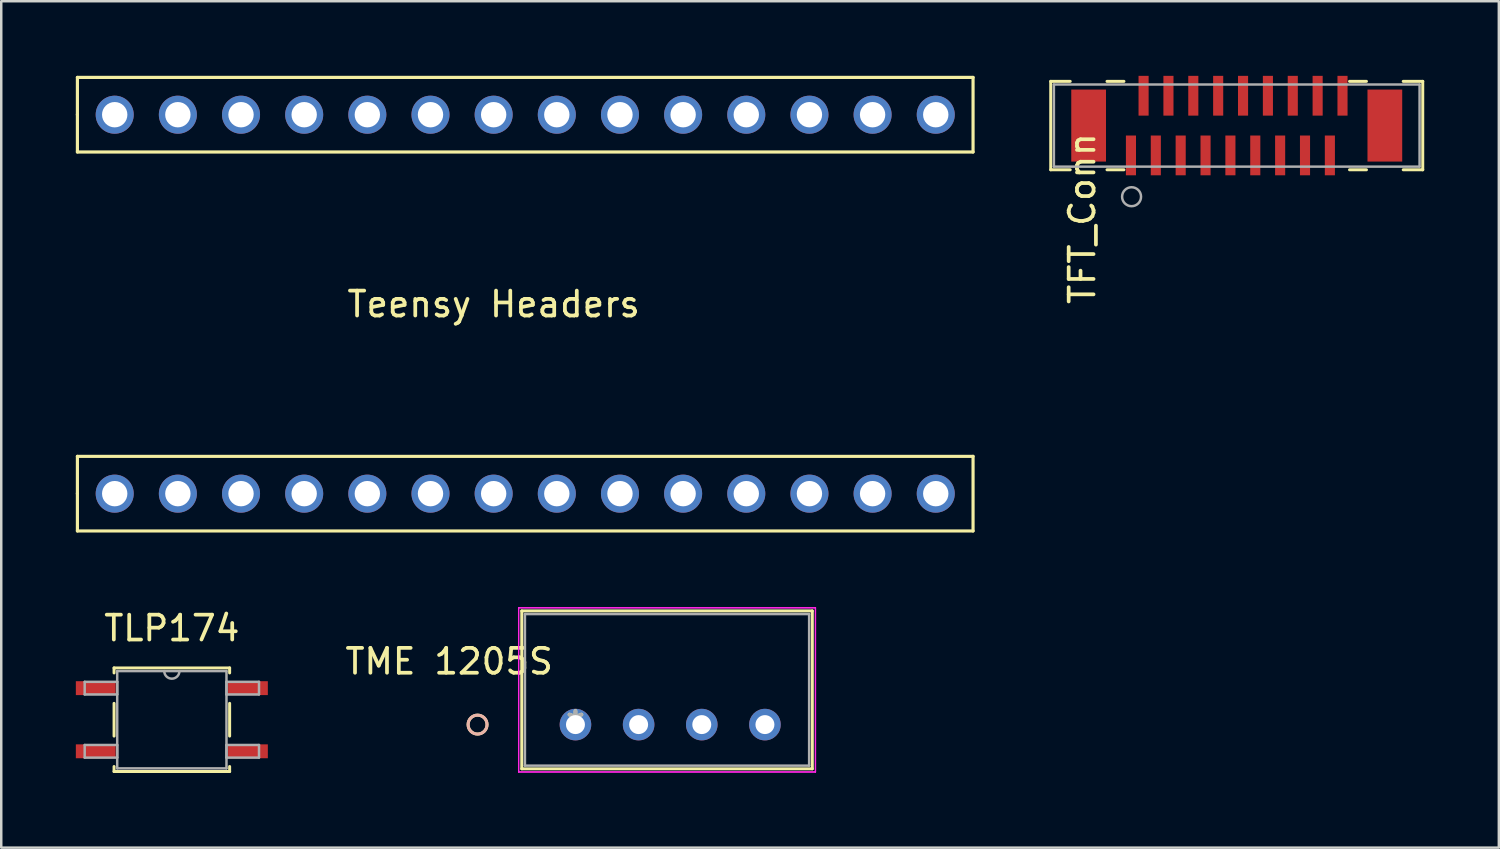
<source format=kicad_pcb>
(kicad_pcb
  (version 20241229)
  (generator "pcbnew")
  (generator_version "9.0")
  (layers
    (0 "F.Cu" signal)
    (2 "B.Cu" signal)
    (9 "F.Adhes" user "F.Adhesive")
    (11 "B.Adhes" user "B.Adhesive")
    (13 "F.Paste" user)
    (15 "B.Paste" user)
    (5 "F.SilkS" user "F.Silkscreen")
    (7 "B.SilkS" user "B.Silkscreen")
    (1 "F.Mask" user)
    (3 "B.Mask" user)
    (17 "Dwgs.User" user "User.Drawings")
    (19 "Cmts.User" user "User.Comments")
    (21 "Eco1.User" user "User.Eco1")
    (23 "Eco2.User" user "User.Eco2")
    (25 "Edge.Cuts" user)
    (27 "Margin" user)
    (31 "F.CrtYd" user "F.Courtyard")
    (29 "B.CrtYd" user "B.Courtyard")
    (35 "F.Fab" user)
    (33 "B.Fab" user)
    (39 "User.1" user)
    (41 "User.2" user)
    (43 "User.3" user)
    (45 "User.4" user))
  (footprint "TFT_Conn"
    (layer "F.Cu")
    (at 46.824 3.2)
    (property "Reference" "TFT_Conn" (at -6.35 2.54 270) (layer "F.SilkS") (effects (font (size 1 1) (thickness 0.15))))
    (attr through_hole)
    (fp_line (start -7.617 -2.978) (end -7.617 0.578) (stroke (width 0.12) (type solid)) (layer "F.SilkS"))
    (fp_line (start -7.617 0.578) (end -6.833 0.578) (stroke (width 0.12) (type solid)) (layer "F.SilkS"))
    (fp_line (start -6.833 -2.978) (end -7.617 -2.978) (stroke (width 0.12) (type solid)) (layer "F.SilkS"))
    (fp_line (start -5.354 0.578) (end -4.673 0.578) (stroke (width 0.12) (type solid)) (layer "F.SilkS"))
    (fp_line (start -4.673 -2.978) (end -5.354 -2.978) (stroke (width 0.12) (type solid)) (layer "F.SilkS"))
    (fp_line (start 4.399 0.578) (end 5.08 0.578) (stroke (width 0.12) (type solid)) (layer "F.SilkS"))
    (fp_line (start 5.08 -2.978) (end 4.399 -2.978) (stroke (width 0.12) (type solid)) (layer "F.SilkS"))
    (fp_line (start 6.559 0.578) (end 7.344 0.578) (stroke (width 0.12) (type solid)) (layer "F.SilkS"))
    (fp_line (start 7.344 -2.978) (end 6.559 -2.978) (stroke (width 0.12) (type solid)) (layer "F.SilkS"))
    (fp_line (start 7.344 0.578) (end 7.344 -2.978) (stroke (width 0.12) (type solid)) (layer "F.SilkS"))
    (fp_line (start -7.49 -2.851) (end -7.49 0.451) (stroke (width 0.1) (type solid)) (layer "F.Fab"))
    (fp_line (start -7.49 0.451) (end 7.217 0.451) (stroke (width 0.1) (type solid)) (layer "F.Fab"))
    (fp_line (start 7.217 -2.851) (end -7.49 -2.851) (stroke (width 0.1) (type solid)) (layer "F.Fab"))
    (fp_line (start 7.217 0.451) (end 7.217 -2.851) (stroke (width 0.1) (type solid)) (layer "F.Fab"))
    (fp_circle (center -4.366 1.661) (end -3.985 1.661) (stroke (width 0.1) (type solid)) (fill no) (layer "F.Fab"))
    (pad "1" smd rect (at 4.117 -2.4) (size 0.406 1.6) (layers "F.Cu" "F.Mask" "F.Paste"))
    (pad "2" smd rect (at 3.609 0) (size 0.406 1.6) (layers "F.Cu" "F.Mask" "F.Paste"))
    (pad "3" smd rect (at 3.117 -2.4) (size 0.406 1.6) (layers "F.Cu" "F.Mask" "F.Paste"))
    (pad "4" smd rect (at 2.609 0) (size 0.406 1.6) (layers "F.Cu" "F.Mask" "F.Paste"))
    (pad "5" smd rect (at 2.117 -2.4) (size 0.406 1.6) (layers "F.Cu" "F.Mask" "F.Paste"))
    (pad "6" smd rect (at 1.609 0) (size 0.406 1.6) (layers "F.Cu" "F.Mask" "F.Paste"))
    (pad "7" smd rect (at 1.117 -2.4) (size 0.406 1.6) (layers "F.Cu" "F.Mask" "F.Paste"))
    (pad "8" smd rect (at 0.609 0) (size 0.406 1.6) (layers "F.Cu" "F.Mask" "F.Paste"))
    (pad "9" smd rect (at 0.117 -2.4) (size 0.406 1.6) (layers "F.Cu" "F.Mask" "F.Paste"))
    (pad "10" smd rect (at -0.391 0) (size 0.406 1.6) (layers "F.Cu" "F.Mask" "F.Paste"))
    (pad "11" smd rect (at -0.883 -2.4) (size 0.406 1.6) (layers "F.Cu" "F.Mask" "F.Paste"))
    (pad "12" smd rect (at -1.391 0) (size 0.406 1.6) (layers "F.Cu" "F.Mask" "F.Paste"))
    (pad "13" smd rect (at -1.883 -2.4) (size 0.406 1.6) (layers "F.Cu" "F.Mask" "F.Paste"))
    (pad "14" smd rect (at -2.391 0) (size 0.406 1.6) (layers "F.Cu" "F.Mask" "F.Paste"))
    (pad "15" smd rect (at -2.883 -2.4) (size 0.406 1.6) (layers "F.Cu" "F.Mask" "F.Paste"))
    (pad "16" smd rect (at -3.391 0) (size 0.406 1.6) (layers "F.Cu" "F.Mask" "F.Paste"))
    (pad "17" smd rect (at -3.883 -2.4) (size 0.406 1.6) (layers "F.Cu" "F.Mask" "F.Paste"))
    (pad "18" smd rect (at -4.391 0) (size 0.406 1.6) (layers "F.Cu" "F.Mask" "F.Paste"))
    (pad "19" smd rect (at -6.093 -1.2) (size 1.397 2.896) (layers "F.Cu" "F.Mask" "F.Paste"))
    (pad "20" smd rect (at 5.82 -1.2) (size 1.397 2.896) (layers "F.Cu" "F.Mask" "F.Paste")))
  (footprint "Teensy Headers"
    (layer "F.Cu")
    (at 1.563 16.803)
    (property "Reference" "Teensy Headers" (at 15.24 -7.62 0) (layer "F.SilkS") (effects (font (size 1.003 1.003) (thickness 0.15))))
    (attr through_hole)
    (fp_line (start -1.5 -16.74) (end 34.52 -16.74) (stroke (width 0.127) (type solid)) (layer "F.SilkS"))
    (fp_line (start -1.5 -15.24) (end -1.5 -15.25) (stroke (width 0.127) (type solid)) (layer "F.SilkS"))
    (fp_line (start -1.5 -13.74) (end -1.5 -16.74) (stroke (width 0.127) (type solid)) (layer "F.SilkS"))
    (fp_line (start -1.5 -1.5) (end 34.52 -1.5) (stroke (width 0.127) (type solid)) (layer "F.SilkS"))
    (fp_line (start -1.5 0) (end -1.5 -0.01) (stroke (width 0.127) (type solid)) (layer "F.SilkS"))
    (fp_line (start -1.5 1.5) (end -1.5 -1.5) (stroke (width 0.127) (type solid)) (layer "F.SilkS"))
    (fp_line (start 34.52 -16.74) (end 34.52 -13.74) (stroke (width 0.127) (type solid)) (layer "F.SilkS"))
    (fp_line (start 34.52 -13.74) (end -1.5 -13.74) (stroke (width 0.127) (type solid)) (layer "F.SilkS"))
    (fp_line (start 34.52 -1.5) (end 34.52 1.5) (stroke (width 0.127) (type solid)) (layer "F.SilkS"))
    (fp_line (start 34.52 1.5) (end -1.5 1.5) (stroke (width 0.127) (type solid)) (layer "F.SilkS"))
    (pad "0" thru_hole circle (at 2.54 0) (size 1.53 1.53) (drill 1.02) (layers "*.Cu" "*.Mask"))
    (pad "1" thru_hole circle (at 5.08 0) (size 1.53 1.53) (drill 1.02) (layers "*.Cu" "*.Mask"))
    (pad "2" thru_hole circle (at 7.62 0) (size 1.53 1.53) (drill 1.02) (layers "*.Cu" "*.Mask"))
    (pad "3" thru_hole circle (at 10.16 0) (size 1.53 1.53) (drill 1.02) (layers "*.Cu" "*.Mask"))
    (pad "3V" thru_hole circle (at 5.08 -15.24) (size 1.53 1.53) (drill 1.02) (layers "*.Cu" "*.Mask"))
    (pad "4" thru_hole circle (at 12.7 0) (size 1.53 1.53) (drill 1.02) (layers "*.Cu" "*.Mask"))
    (pad "5" thru_hole circle (at 15.24 0) (size 1.53 1.53) (drill 1.02) (layers "*.Cu" "*.Mask"))
    (pad "5V" thru_hole circle (at 0 -15.24) (size 1.53 1.53) (drill 1.02) (layers "*.Cu" "*.Mask"))
    (pad "6" thru_hole circle (at 17.78 0) (size 1.53 1.53) (drill 1.02) (layers "*.Cu" "*.Mask"))
    (pad "7" thru_hole circle (at 20.32 0) (size 1.53 1.53) (drill 1.02) (layers "*.Cu" "*.Mask"))
    (pad "8" thru_hole circle (at 22.86 0) (size 1.53 1.53) (drill 1.02) (layers "*.Cu" "*.Mask"))
    (pad "9" thru_hole circle (at 25.4 0) (size 1.53 1.53) (drill 1.02) (layers "*.Cu" "*.Mask"))
    (pad "10" thru_hole circle (at 27.94 0) (size 1.53 1.53) (drill 1.02) (layers "*.Cu" "*.Mask"))
    (pad "11" thru_hole circle (at 30.48 0) (size 1.53 1.53) (drill 1.02) (layers "*.Cu" "*.Mask"))
    (pad "12" thru_hole circle (at 33.02 0) (size 1.53 1.53) (drill 1.02) (layers "*.Cu" "*.Mask"))
    (pad "13" thru_hole circle (at 33.02 -15.24) (size 1.53 1.53) (drill 1.02) (layers "*.Cu" "*.Mask"))
    (pad "14" thru_hole circle (at 30.48 -15.24) (size 1.53 1.53) (drill 1.02) (layers "*.Cu" "*.Mask"))
    (pad "15" thru_hole circle (at 27.94 -15.24) (size 1.53 1.53) (drill 1.02) (layers "*.Cu" "*.Mask"))
    (pad "16" thru_hole circle (at 25.4 -15.24) (size 1.53 1.53) (drill 1.02) (layers "*.Cu" "*.Mask"))
    (pad "17" thru_hole circle (at 22.86 -15.24) (size 1.53 1.53) (drill 1.02) (layers "*.Cu" "*.Mask"))
    (pad "18" thru_hole circle (at 20.32 -15.24) (size 1.53 1.53) (drill 1.02) (layers "*.Cu" "*.Mask"))
    (pad "19" thru_hole circle (at 17.78 -15.24) (size 1.53 1.53) (drill 1.02) (layers "*.Cu" "*.Mask"))
    (pad "20" thru_hole circle (at 15.24 -15.24) (size 1.53 1.53) (drill 1.02) (layers "*.Cu" "*.Mask"))
    (pad "21" thru_hole circle (at 12.7 -15.24) (size 1.53 1.53) (drill 1.02) (layers "*.Cu" "*.Mask"))
    (pad "22" thru_hole circle (at 10.16 -15.24) (size 1.53 1.53) (drill 1.02) (layers "*.Cu" "*.Mask"))
    (pad "23" thru_hole circle (at 7.62 -15.24) (size 1.53 1.53) (drill 1.02) (layers "*.Cu" "*.Mask"))
    (pad "AG" thru_hole circle (at 2.54 -15.24) (size 1.53 1.53) (drill 1.02) (layers "*.Cu" "*.Mask"))
    (pad "G" thru_hole circle (at 0 0) (size 1.53 1.53) (drill 1.02) (layers "*.Cu" "*.Mask")))
  (footprint "TLP174"
    (layer "F.Cu")
    (at 3.861 25.895)
    (property "Reference" "TLP174" (at 0 -3.68 0) (layer "F.SilkS") (effects (font (size 1 1) (thickness 0.15))))
    (attr through_hole)
    (fp_line (start -2.324 -2.083) (end -2.324 -1.882) (stroke (width 0.12) (type solid)) (layer "F.SilkS"))
    (fp_line (start -2.324 -0.658) (end -2.324 0.658) (stroke (width 0.12) (type solid)) (layer "F.SilkS"))
    (fp_line (start -2.324 1.882) (end -2.324 2.083) (stroke (width 0.12) (type solid)) (layer "F.SilkS"))
    (fp_line (start -2.324 2.083) (end 2.324 2.083) (stroke (width 0.12) (type solid)) (layer "F.SilkS"))
    (fp_line (start 2.324 -2.083) (end -2.324 -2.083) (stroke (width 0.12) (type solid)) (layer "F.SilkS"))
    (fp_line (start 2.324 -1.882) (end 2.324 -2.083) (stroke (width 0.12) (type solid)) (layer "F.SilkS"))
    (fp_line (start 2.324 0.658) (end 2.324 -0.658) (stroke (width 0.12) (type solid)) (layer "F.SilkS"))
    (fp_line (start 2.324 2.083) (end 2.324 1.882) (stroke (width 0.12) (type solid)) (layer "F.SilkS"))
    (fp_line (start -3.505 -1.524) (end -3.505 -1.016) (stroke (width 0.1) (type solid)) (layer "F.Fab"))
    (fp_line (start -3.505 -1.016) (end -2.197 -1.016) (stroke (width 0.1) (type solid)) (layer "F.Fab"))
    (fp_line (start -3.505 1.016) (end -3.505 1.524) (stroke (width 0.1) (type solid)) (layer "F.Fab"))
    (fp_line (start -3.505 1.524) (end -2.197 1.524) (stroke (width 0.1) (type solid)) (layer "F.Fab"))
    (fp_line (start -2.197 -1.956) (end -2.197 1.956) (stroke (width 0.1) (type solid)) (layer "F.Fab"))
    (fp_line (start -2.197 -1.524) (end -3.505 -1.524) (stroke (width 0.1) (type solid)) (layer "F.Fab"))
    (fp_line (start -2.197 -1.016) (end -2.197 -1.524) (stroke (width 0.1) (type solid)) (layer "F.Fab"))
    (fp_line (start -2.197 1.016) (end -3.505 1.016) (stroke (width 0.1) (type solid)) (layer "F.Fab"))
    (fp_line (start -2.197 1.524) (end -2.197 1.016) (stroke (width 0.1) (type solid)) (layer "F.Fab"))
    (fp_line (start -2.197 1.956) (end 2.197 1.956) (stroke (width 0.1) (type solid)) (layer "F.Fab"))
    (fp_line (start 2.197 -1.956) (end -2.197 -1.956) (stroke (width 0.1) (type solid)) (layer "F.Fab"))
    (fp_line (start 2.197 -1.524) (end 2.197 -1.016) (stroke (width 0.1) (type solid)) (layer "F.Fab"))
    (fp_line (start 2.197 -1.016) (end 3.505 -1.016) (stroke (width 0.1) (type solid)) (layer "F.Fab"))
    (fp_line (start 2.197 1.016) (end 2.197 1.524) (stroke (width 0.1) (type solid)) (layer "F.Fab"))
    (fp_line (start 2.197 1.524) (end 3.505 1.524) (stroke (width 0.1) (type solid)) (layer "F.Fab"))
    (fp_line (start 2.197 1.956) (end 2.197 -1.956) (stroke (width 0.1) (type solid)) (layer "F.Fab"))
    (fp_line (start 3.505 -1.524) (end 2.197 -1.524) (stroke (width 0.1) (type solid)) (layer "F.Fab"))
    (fp_line (start 3.505 -1.016) (end 3.505 -1.524) (stroke (width 0.1) (type solid)) (layer "F.Fab"))
    (fp_line (start 3.505 1.016) (end 2.197 1.016) (stroke (width 0.1) (type solid)) (layer "F.Fab"))
    (fp_line (start 3.505 1.524) (end 3.505 1.016) (stroke (width 0.1) (type solid)) (layer "F.Fab"))
    (fp_arc (start 0.3048 -1.9558) (mid 0 -1.651) (end -0.3048 -1.9558) (stroke (width 0.1) (type solid)) (layer "F.Fab"))
    (pad "1" smd rect (at -3.061 -1.27) (size 1.6 0.559) (layers "F.Cu" "F.Mask" "F.Paste"))
    (pad "2" smd rect (at -3.061 1.27) (size 1.6 0.559) (layers "F.Cu" "F.Mask" "F.Paste"))
    (pad "3" smd rect (at 3.061 1.27) (size 1.6 0.559) (layers "F.Cu" "F.Mask" "F.Paste"))
    (pad "4" smd rect (at 3.061 -1.27) (size 1.6 0.559) (layers "F.Cu" "F.Mask" "F.Paste")))
  (footprint "TME 1205S"
    (layer "F.Cu")
    (at 24.411 25.202)
    (property "Reference" "TME 1205S" (at -9.398 -1.651 0) (layer "F.SilkS") (effects (font (size 1 1) (thickness 0.15))))
    (attr through_hole)
    (fp_line (start -6.477 -3.683) (end -6.477 2.667) (stroke (width 0.12) (type solid)) (layer "F.SilkS"))
    (fp_line (start -6.477 2.667) (end 5.207 2.667) (stroke (width 0.12) (type solid)) (layer "F.SilkS"))
    (fp_line (start 5.207 -3.683) (end -6.477 -3.683) (stroke (width 0.12) (type solid)) (layer "F.SilkS"))
    (fp_line (start 5.207 2.667) (end 5.207 -3.683) (stroke (width 0.12) (type solid)) (layer "F.SilkS"))
    (fp_circle (center -8.255 0.889) (end -7.874 0.889) (stroke (width 0.12) (type solid)) (fill no) (layer "F.SilkS"))
    (fp_circle (center -8.255 0.889) (end -7.874 0.889) (stroke (width 0.12) (type solid)) (fill no) (layer "B.SilkS"))
    (fp_line (start -6.604 -3.81) (end -6.604 2.794) (stroke (width 0.05) (type solid)) (layer "F.CrtYd"))
    (fp_line (start -6.604 -3.81) (end -6.604 2.794) (stroke (width 0.05) (type solid)) (layer "F.CrtYd"))
    (fp_line (start -6.604 2.794) (end 5.334 2.794) (stroke (width 0.05) (type solid)) (layer "F.CrtYd"))
    (fp_line (start -6.604 2.794) (end 5.334 2.794) (stroke (width 0.05) (type solid)) (layer "F.CrtYd"))
    (fp_line (start 5.334 -3.81) (end -6.604 -3.81) (stroke (width 0.05) (type solid)) (layer "F.CrtYd"))
    (fp_line (start 5.334 -3.81) (end -6.604 -3.81) (stroke (width 0.05) (type solid)) (layer "F.CrtYd"))
    (fp_line (start 5.334 2.794) (end 5.334 -3.81) (stroke (width 0.05) (type solid)) (layer "F.CrtYd"))
    (fp_line (start 5.334 2.794) (end 5.334 -3.81) (stroke (width 0.05) (type solid)) (layer "F.CrtYd"))
    (fp_line (start -6.35 -3.556) (end -6.35 2.54) (stroke (width 0.1) (type solid)) (layer "F.Fab"))
    (fp_line (start -6.35 2.54) (end 5.08 2.54) (stroke (width 0.1) (type solid)) (layer "F.Fab"))
    (fp_line (start 5.08 -3.556) (end -6.35 -3.556) (stroke (width 0.1) (type solid)) (layer "F.Fab"))
    (fp_line (start 5.08 2.54) (end 5.08 -3.556) (stroke (width 0.1) (type solid)) (layer "F.Fab"))
    (fp_text user "*" (at -4.318 0.889 0) (layer "F.SilkS") (effects (font (size 1 1) (thickness 0.15))))
    (fp_text user "*" (at -4.318 0.889 0) (layer "F.Fab") (effects (font (size 1 1) (thickness 0.15))))
    (pad "1" thru_hole circle (at -4.318 0.889) (size 1.27 1.27) (drill 0.762) (layers "*.Cu" "*.Mask"))
    (pad "2" thru_hole circle (at -1.778 0.889) (size 1.27 1.27) (drill 0.762) (layers "*.Cu" "*.Mask"))
    (pad "3" thru_hole circle (at 0.762 0.889) (size 1.27 1.27) (drill 0.762) (layers "*.Cu" "*.Mask"))
    (pad "4" thru_hole circle (at 3.302 0.889) (size 1.27 1.27) (drill 0.762) (layers "*.Cu" "*.Mask")))
  (gr_rect
    (start -3 -3)
    (end 57.228 31.038)
    (stroke (width 0.1) (type default))
    (fill no)
    (layer "Edge.Cuts")))
</source>
